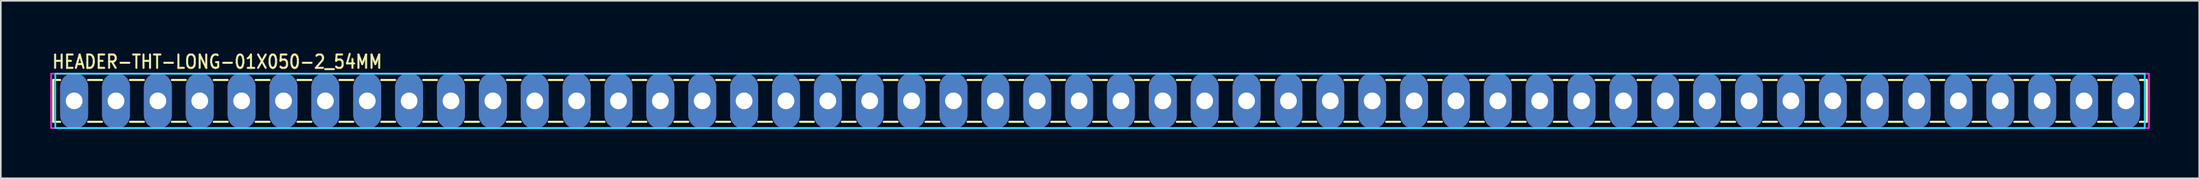
<source format=kicad_pcb>
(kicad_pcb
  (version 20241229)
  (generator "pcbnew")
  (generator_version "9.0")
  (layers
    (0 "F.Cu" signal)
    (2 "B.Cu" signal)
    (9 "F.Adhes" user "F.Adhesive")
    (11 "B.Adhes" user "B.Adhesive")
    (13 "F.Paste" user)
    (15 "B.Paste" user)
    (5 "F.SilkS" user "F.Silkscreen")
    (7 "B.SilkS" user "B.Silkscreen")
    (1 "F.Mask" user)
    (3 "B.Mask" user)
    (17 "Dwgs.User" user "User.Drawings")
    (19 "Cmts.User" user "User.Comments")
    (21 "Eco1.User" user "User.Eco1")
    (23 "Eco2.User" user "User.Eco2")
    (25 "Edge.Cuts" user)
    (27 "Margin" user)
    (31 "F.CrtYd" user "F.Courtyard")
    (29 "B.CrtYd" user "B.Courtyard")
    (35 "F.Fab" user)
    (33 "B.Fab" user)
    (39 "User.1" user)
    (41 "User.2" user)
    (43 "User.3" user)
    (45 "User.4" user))
  (footprint "HEADER-THT-LONG-01X050-2_54MM"
    (layer "F.Cu")
    (at 1.447 3.079)
    (property "Reference" "HEADER-THT-LONG-01X050-2_54MM" (at -1.4 -1.9 0) (unlocked yes) (layer "F.SilkS") (effects (font (size 0.813 0.695) (thickness 0.122)) (justify left bottom)))
    (fp_line (start -1.27 -1.27) (end -1.27 1.27) (stroke (width 0.127) (type solid)) (layer "F.SilkS"))
    (fp_line (start -1.27 1.27) (end -0.85 1.27) (stroke (width 0.127) (type solid)) (layer "F.SilkS"))
    (fp_line (start -0.85 -1.27) (end -1.27 -1.27) (stroke (width 0.127) (type solid)) (layer "F.SilkS"))
    (fp_line (start 0.85 -1.27) (end 1.69 -1.27) (stroke (width 0.127) (type solid)) (layer "F.SilkS"))
    (fp_line (start 0.85 1.27) (end 1.69 1.27) (stroke (width 0.127) (type solid)) (layer "F.SilkS"))
    (fp_line (start 3.39 -1.27) (end 4.23 -1.27) (stroke (width 0.127) (type solid)) (layer "F.SilkS"))
    (fp_line (start 3.39 1.27) (end 4.23 1.27) (stroke (width 0.127) (type solid)) (layer "F.SilkS"))
    (fp_line (start 5.93 -1.27) (end 6.77 -1.27) (stroke (width 0.127) (type solid)) (layer "F.SilkS"))
    (fp_line (start 5.93 1.27) (end 6.77 1.27) (stroke (width 0.127) (type solid)) (layer "F.SilkS"))
    (fp_line (start 8.47 -1.27) (end 9.31 -1.27) (stroke (width 0.127) (type solid)) (layer "F.SilkS"))
    (fp_line (start 8.47 1.27) (end 9.31 1.27) (stroke (width 0.127) (type solid)) (layer "F.SilkS"))
    (fp_line (start 11.01 -1.27) (end 11.85 -1.27) (stroke (width 0.127) (type solid)) (layer "F.SilkS"))
    (fp_line (start 11.01 1.27) (end 11.85 1.27) (stroke (width 0.127) (type solid)) (layer "F.SilkS"))
    (fp_line (start 13.55 -1.27) (end 14.39 -1.27) (stroke (width 0.127) (type solid)) (layer "F.SilkS"))
    (fp_line (start 13.55 1.27) (end 14.39 1.27) (stroke (width 0.127) (type solid)) (layer "F.SilkS"))
    (fp_line (start 16.09 -1.27) (end 16.93 -1.27) (stroke (width 0.127) (type solid)) (layer "F.SilkS"))
    (fp_line (start 16.09 1.27) (end 16.93 1.27) (stroke (width 0.127) (type solid)) (layer "F.SilkS"))
    (fp_line (start 18.63 -1.27) (end 19.47 -1.27) (stroke (width 0.127) (type solid)) (layer "F.SilkS"))
    (fp_line (start 18.63 1.27) (end 19.47 1.27) (stroke (width 0.127) (type solid)) (layer "F.SilkS"))
    (fp_line (start 21.17 -1.27) (end 22.01 -1.27) (stroke (width 0.127) (type solid)) (layer "F.SilkS"))
    (fp_line (start 21.17 1.27) (end 22.01 1.27) (stroke (width 0.127) (type solid)) (layer "F.SilkS"))
    (fp_line (start 23.71 -1.27) (end 24.55 -1.27) (stroke (width 0.127) (type solid)) (layer "F.SilkS"))
    (fp_line (start 23.71 1.27) (end 24.55 1.27) (stroke (width 0.127) (type solid)) (layer "F.SilkS"))
    (fp_line (start 26.25 -1.27) (end 27.09 -1.27) (stroke (width 0.127) (type solid)) (layer "F.SilkS"))
    (fp_line (start 26.25 1.27) (end 27.09 1.27) (stroke (width 0.127) (type solid)) (layer "F.SilkS"))
    (fp_line (start 28.79 -1.27) (end 29.63 -1.27) (stroke (width 0.127) (type solid)) (layer "F.SilkS"))
    (fp_line (start 28.79 1.27) (end 29.63 1.27) (stroke (width 0.127) (type solid)) (layer "F.SilkS"))
    (fp_line (start 31.33 -1.27) (end 32.17 -1.27) (stroke (width 0.127) (type solid)) (layer "F.SilkS"))
    (fp_line (start 31.33 1.27) (end 32.17 1.27) (stroke (width 0.127) (type solid)) (layer "F.SilkS"))
    (fp_line (start 33.87 -1.27) (end 34.71 -1.27) (stroke (width 0.127) (type solid)) (layer "F.SilkS"))
    (fp_line (start 33.87 1.27) (end 34.71 1.27) (stroke (width 0.127) (type solid)) (layer "F.SilkS"))
    (fp_line (start 36.41 -1.27) (end 37.25 -1.27) (stroke (width 0.127) (type solid)) (layer "F.SilkS"))
    (fp_line (start 36.41 1.27) (end 37.25 1.27) (stroke (width 0.127) (type solid)) (layer "F.SilkS"))
    (fp_line (start 38.95 -1.27) (end 39.79 -1.27) (stroke (width 0.127) (type solid)) (layer "F.SilkS"))
    (fp_line (start 38.95 1.27) (end 39.79 1.27) (stroke (width 0.127) (type solid)) (layer "F.SilkS"))
    (fp_line (start 41.49 -1.27) (end 42.33 -1.27) (stroke (width 0.127) (type solid)) (layer "F.SilkS"))
    (fp_line (start 41.49 1.27) (end 42.33 1.27) (stroke (width 0.127) (type solid)) (layer "F.SilkS"))
    (fp_line (start 44.03 -1.27) (end 44.87 -1.27) (stroke (width 0.127) (type solid)) (layer "F.SilkS"))
    (fp_line (start 44.03 1.27) (end 44.87 1.27) (stroke (width 0.127) (type solid)) (layer "F.SilkS"))
    (fp_line (start 46.57 -1.27) (end 47.41 -1.27) (stroke (width 0.127) (type solid)) (layer "F.SilkS"))
    (fp_line (start 46.57 1.27) (end 47.41 1.27) (stroke (width 0.127) (type solid)) (layer "F.SilkS"))
    (fp_line (start 49.11 -1.27) (end 49.95 -1.27) (stroke (width 0.127) (type solid)) (layer "F.SilkS"))
    (fp_line (start 49.11 1.27) (end 49.95 1.27) (stroke (width 0.127) (type solid)) (layer "F.SilkS"))
    (fp_line (start 51.65 -1.27) (end 52.49 -1.27) (stroke (width 0.127) (type solid)) (layer "F.SilkS"))
    (fp_line (start 51.65 1.27) (end 52.49 1.27) (stroke (width 0.127) (type solid)) (layer "F.SilkS"))
    (fp_line (start 54.19 -1.27) (end 55.03 -1.27) (stroke (width 0.127) (type solid)) (layer "F.SilkS"))
    (fp_line (start 54.19 1.27) (end 55.03 1.27) (stroke (width 0.127) (type solid)) (layer "F.SilkS"))
    (fp_line (start 56.73 -1.27) (end 57.57 -1.27) (stroke (width 0.127) (type solid)) (layer "F.SilkS"))
    (fp_line (start 56.73 1.27) (end 57.57 1.27) (stroke (width 0.127) (type solid)) (layer "F.SilkS"))
    (fp_line (start 59.27 -1.27) (end 60.11 -1.27) (stroke (width 0.127) (type solid)) (layer "F.SilkS"))
    (fp_line (start 59.27 1.27) (end 60.11 1.27) (stroke (width 0.127) (type solid)) (layer "F.SilkS"))
    (fp_line (start 61.81 -1.27) (end 62.65 -1.27) (stroke (width 0.127) (type solid)) (layer "F.SilkS"))
    (fp_line (start 61.81 1.27) (end 62.65 1.27) (stroke (width 0.127) (type solid)) (layer "F.SilkS"))
    (fp_line (start 64.35 -1.27) (end 65.19 -1.27) (stroke (width 0.127) (type solid)) (layer "F.SilkS"))
    (fp_line (start 64.35 1.27) (end 65.19 1.27) (stroke (width 0.127) (type solid)) (layer "F.SilkS"))
    (fp_line (start 66.89 -1.27) (end 67.73 -1.27) (stroke (width 0.127) (type solid)) (layer "F.SilkS"))
    (fp_line (start 66.89 1.27) (end 67.73 1.27) (stroke (width 0.127) (type solid)) (layer "F.SilkS"))
    (fp_line (start 69.43 -1.27) (end 70.27 -1.27) (stroke (width 0.127) (type solid)) (layer "F.SilkS"))
    (fp_line (start 69.43 1.27) (end 70.27 1.27) (stroke (width 0.127) (type solid)) (layer "F.SilkS"))
    (fp_line (start 71.97 -1.27) (end 72.81 -1.27) (stroke (width 0.127) (type solid)) (layer "F.SilkS"))
    (fp_line (start 71.97 1.27) (end 72.81 1.27) (stroke (width 0.127) (type solid)) (layer "F.SilkS"))
    (fp_line (start 74.51 -1.27) (end 75.35 -1.27) (stroke (width 0.127) (type solid)) (layer "F.SilkS"))
    (fp_line (start 74.51 1.27) (end 75.35 1.27) (stroke (width 0.127) (type solid)) (layer "F.SilkS"))
    (fp_line (start 77.05 -1.27) (end 77.89 -1.27) (stroke (width 0.127) (type solid)) (layer "F.SilkS"))
    (fp_line (start 77.05 1.27) (end 77.89 1.27) (stroke (width 0.127) (type solid)) (layer "F.SilkS"))
    (fp_line (start 79.59 -1.27) (end 80.43 -1.27) (stroke (width 0.127) (type solid)) (layer "F.SilkS"))
    (fp_line (start 79.59 1.27) (end 80.43 1.27) (stroke (width 0.127) (type solid)) (layer "F.SilkS"))
    (fp_line (start 82.13 -1.27) (end 82.97 -1.27) (stroke (width 0.127) (type solid)) (layer "F.SilkS"))
    (fp_line (start 82.13 1.27) (end 82.97 1.27) (stroke (width 0.127) (type solid)) (layer "F.SilkS"))
    (fp_line (start 84.67 -1.27) (end 85.51 -1.27) (stroke (width 0.127) (type solid)) (layer "F.SilkS"))
    (fp_line (start 84.67 1.27) (end 85.51 1.27) (stroke (width 0.127) (type solid)) (layer "F.SilkS"))
    (fp_line (start 87.21 -1.27) (end 88.05 -1.27) (stroke (width 0.127) (type solid)) (layer "F.SilkS"))
    (fp_line (start 87.21 1.27) (end 88.05 1.27) (stroke (width 0.127) (type solid)) (layer "F.SilkS"))
    (fp_line (start 89.75 -1.27) (end 90.59 -1.27) (stroke (width 0.127) (type solid)) (layer "F.SilkS"))
    (fp_line (start 89.75 1.27) (end 90.59 1.27) (stroke (width 0.127) (type solid)) (layer "F.SilkS"))
    (fp_line (start 92.29 -1.27) (end 93.13 -1.27) (stroke (width 0.127) (type solid)) (layer "F.SilkS"))
    (fp_line (start 92.29 1.27) (end 93.13 1.27) (stroke (width 0.127) (type solid)) (layer "F.SilkS"))
    (fp_line (start 94.83 -1.27) (end 95.67 -1.27) (stroke (width 0.127) (type solid)) (layer "F.SilkS"))
    (fp_line (start 94.83 1.27) (end 95.67 1.27) (stroke (width 0.127) (type solid)) (layer "F.SilkS"))
    (fp_line (start 97.37 -1.27) (end 98.21 -1.27) (stroke (width 0.127) (type solid)) (layer "F.SilkS"))
    (fp_line (start 97.37 1.27) (end 98.21 1.27) (stroke (width 0.127) (type solid)) (layer "F.SilkS"))
    (fp_line (start 99.91 -1.27) (end 100.75 -1.27) (stroke (width 0.127) (type solid)) (layer "F.SilkS"))
    (fp_line (start 99.91 1.27) (end 100.75 1.27) (stroke (width 0.127) (type solid)) (layer "F.SilkS"))
    (fp_line (start 102.45 -1.27) (end 103.29 -1.27) (stroke (width 0.127) (type solid)) (layer "F.SilkS"))
    (fp_line (start 102.45 1.27) (end 103.29 1.27) (stroke (width 0.127) (type solid)) (layer "F.SilkS"))
    (fp_line (start 104.99 -1.27) (end 105.83 -1.27) (stroke (width 0.127) (type solid)) (layer "F.SilkS"))
    (fp_line (start 104.99 1.27) (end 105.83 1.27) (stroke (width 0.127) (type solid)) (layer "F.SilkS"))
    (fp_line (start 107.53 -1.27) (end 108.37 -1.27) (stroke (width 0.127) (type solid)) (layer "F.SilkS"))
    (fp_line (start 107.53 1.27) (end 108.37 1.27) (stroke (width 0.127) (type solid)) (layer "F.SilkS"))
    (fp_line (start 110.07 -1.27) (end 110.91 -1.27) (stroke (width 0.127) (type solid)) (layer "F.SilkS"))
    (fp_line (start 110.07 1.27) (end 110.91 1.27) (stroke (width 0.127) (type solid)) (layer "F.SilkS"))
    (fp_line (start 112.61 -1.27) (end 113.45 -1.27) (stroke (width 0.127) (type solid)) (layer "F.SilkS"))
    (fp_line (start 112.61 1.27) (end 113.45 1.27) (stroke (width 0.127) (type solid)) (layer "F.SilkS"))
    (fp_line (start 115.15 -1.27) (end 115.99 -1.27) (stroke (width 0.127) (type solid)) (layer "F.SilkS"))
    (fp_line (start 115.15 1.27) (end 115.99 1.27) (stroke (width 0.127) (type solid)) (layer "F.SilkS"))
    (fp_line (start 117.69 -1.27) (end 118.53 -1.27) (stroke (width 0.127) (type solid)) (layer "F.SilkS"))
    (fp_line (start 117.69 1.27) (end 118.53 1.27) (stroke (width 0.127) (type solid)) (layer "F.SilkS"))
    (fp_line (start 120.23 -1.27) (end 121.07 -1.27) (stroke (width 0.127) (type solid)) (layer "F.SilkS"))
    (fp_line (start 120.23 1.27) (end 121.07 1.27) (stroke (width 0.127) (type solid)) (layer "F.SilkS"))
    (fp_line (start 122.77 -1.27) (end 123.61 -1.27) (stroke (width 0.127) (type solid)) (layer "F.SilkS"))
    (fp_line (start 122.77 1.27) (end 123.61 1.27) (stroke (width 0.127) (type solid)) (layer "F.SilkS"))
    (fp_line (start 125.31 -1.27) (end 125.73 -1.27) (stroke (width 0.127) (type solid)) (layer "F.SilkS"))
    (fp_line (start 125.73 -1.27) (end 125.73 1.27) (stroke (width 0.127) (type solid)) (layer "F.SilkS"))
    (fp_line (start 125.73 1.27) (end 125.31 1.27) (stroke (width 0.127) (type solid)) (layer "F.SilkS"))
    (fp_poly (pts (xy -1.143 -1.651) (xy 125.603 -1.651) (xy 125.603 1.651) (xy -1.143 1.651)) (stroke (width 0.1) (type solid)) (fill no) (layer "B.CrtYd"))
    (fp_poly (pts (xy -1.397 -1.651) (xy 125.857 -1.651) (xy 125.857 1.651) (xy -1.397 1.651)) (stroke (width 0.1) (type solid)) (fill no) (layer "F.CrtYd"))
    (pad "1" thru_hole oval (at 0 0 90) (size 3.387 1.693) (drill 1.016) (layers "*.Cu" "*.Mask"))
    (pad "2" thru_hole oval (at 2.54 0 90) (size 3.387 1.693) (drill 1.016) (layers "*.Cu" "*.Mask"))
    (pad "3" thru_hole oval (at 5.08 0 90) (size 3.387 1.693) (drill 1.016) (layers "*.Cu" "*.Mask"))
    (pad "4" thru_hole oval (at 7.62 0 90) (size 3.387 1.693) (drill 1.016) (layers "*.Cu" "*.Mask"))
    (pad "5" thru_hole oval (at 10.16 0 90) (size 3.387 1.693) (drill 1.016) (layers "*.Cu" "*.Mask"))
    (pad "6" thru_hole oval (at 12.7 0 90) (size 3.387 1.693) (drill 1.016) (layers "*.Cu" "*.Mask"))
    (pad "7" thru_hole oval (at 15.24 0 90) (size 3.387 1.693) (drill 1.016) (layers "*.Cu" "*.Mask"))
    (pad "8" thru_hole oval (at 17.78 0 90) (size 3.387 1.693) (drill 1.016) (layers "*.Cu" "*.Mask"))
    (pad "9" thru_hole oval (at 20.32 0 90) (size 3.387 1.693) (drill 1.016) (layers "*.Cu" "*.Mask"))
    (pad "10" thru_hole oval (at 22.86 0 90) (size 3.387 1.693) (drill 1.016) (layers "*.Cu" "*.Mask"))
    (pad "11" thru_hole oval (at 25.4 0 90) (size 3.387 1.693) (drill 1.016) (layers "*.Cu" "*.Mask"))
    (pad "12" thru_hole oval (at 27.94 0 90) (size 3.387 1.693) (drill 1.016) (layers "*.Cu" "*.Mask"))
    (pad "13" thru_hole oval (at 30.48 0 90) (size 3.387 1.693) (drill 1.016) (layers "*.Cu" "*.Mask"))
    (pad "14" thru_hole oval (at 33.02 0 90) (size 3.387 1.693) (drill 1.016) (layers "*.Cu" "*.Mask"))
    (pad "15" thru_hole oval (at 35.56 0 90) (size 3.387 1.693) (drill 1.016) (layers "*.Cu" "*.Mask"))
    (pad "16" thru_hole oval (at 38.1 0 90) (size 3.387 1.693) (drill 1.016) (layers "*.Cu" "*.Mask"))
    (pad "17" thru_hole oval (at 40.64 0 90) (size 3.387 1.693) (drill 1.016) (layers "*.Cu" "*.Mask"))
    (pad "18" thru_hole oval (at 43.18 0 90) (size 3.387 1.693) (drill 1.016) (layers "*.Cu" "*.Mask"))
    (pad "19" thru_hole oval (at 45.72 0 90) (size 3.387 1.693) (drill 1.016) (layers "*.Cu" "*.Mask"))
    (pad "20" thru_hole oval (at 48.26 0 90) (size 3.387 1.693) (drill 1.016) (layers "*.Cu" "*.Mask"))
    (pad "21" thru_hole oval (at 50.8 0 90) (size 3.387 1.693) (drill 1.016) (layers "*.Cu" "*.Mask"))
    (pad "22" thru_hole oval (at 53.34 0 90) (size 3.387 1.693) (drill 1.016) (layers "*.Cu" "*.Mask"))
    (pad "23" thru_hole oval (at 55.88 0 90) (size 3.387 1.693) (drill 1.016) (layers "*.Cu" "*.Mask"))
    (pad "24" thru_hole oval (at 58.42 0 90) (size 3.387 1.693) (drill 1.016) (layers "*.Cu" "*.Mask"))
    (pad "25" thru_hole oval (at 60.96 0 90) (size 3.387 1.693) (drill 1.016) (layers "*.Cu" "*.Mask"))
    (pad "26" thru_hole oval (at 63.5 0 90) (size 3.387 1.693) (drill 1.016) (layers "*.Cu" "*.Mask"))
    (pad "27" thru_hole oval (at 66.04 0 90) (size 3.387 1.693) (drill 1.016) (layers "*.Cu" "*.Mask"))
    (pad "28" thru_hole oval (at 68.58 0 90) (size 3.387 1.693) (drill 1.016) (layers "*.Cu" "*.Mask"))
    (pad "29" thru_hole oval (at 71.12 0 90) (size 3.387 1.693) (drill 1.016) (layers "*.Cu" "*.Mask"))
    (pad "30" thru_hole oval (at 73.66 0 90) (size 3.387 1.693) (drill 1.016) (layers "*.Cu" "*.Mask"))
    (pad "31" thru_hole oval (at 76.2 0 90) (size 3.387 1.693) (drill 1.016) (layers "*.Cu" "*.Mask"))
    (pad "32" thru_hole oval (at 78.74 0 90) (size 3.387 1.693) (drill 1.016) (layers "*.Cu" "*.Mask"))
    (pad "33" thru_hole oval (at 81.28 0 90) (size 3.387 1.693) (drill 1.016) (layers "*.Cu" "*.Mask"))
    (pad "34" thru_hole oval (at 83.82 0 90) (size 3.387 1.693) (drill 1.016) (layers "*.Cu" "*.Mask"))
    (pad "35" thru_hole oval (at 86.36 0 90) (size 3.387 1.693) (drill 1.016) (layers "*.Cu" "*.Mask"))
    (pad "36" thru_hole oval (at 88.9 0 90) (size 3.387 1.693) (drill 1.016) (layers "*.Cu" "*.Mask"))
    (pad "37" thru_hole oval (at 91.44 0 90) (size 3.387 1.693) (drill 1.016) (layers "*.Cu" "*.Mask"))
    (pad "38" thru_hole oval (at 93.98 0 90) (size 3.387 1.693) (drill 1.016) (layers "*.Cu" "*.Mask"))
    (pad "39" thru_hole oval (at 96.52 0 90) (size 3.387 1.693) (drill 1.016) (layers "*.Cu" "*.Mask"))
    (pad "40" thru_hole oval (at 99.06 0 90) (size 3.387 1.693) (drill 1.016) (layers "*.Cu" "*.Mask"))
    (pad "41" thru_hole oval (at 101.6 0 90) (size 3.387 1.693) (drill 1.016) (layers "*.Cu" "*.Mask"))
    (pad "42" thru_hole oval (at 104.14 0 90) (size 3.387 1.693) (drill 1.016) (layers "*.Cu" "*.Mask"))
    (pad "43" thru_hole oval (at 106.68 0 90) (size 3.387 1.693) (drill 1.016) (layers "*.Cu" "*.Mask"))
    (pad "44" thru_hole oval (at 109.22 0 90) (size 3.387 1.693) (drill 1.016) (layers "*.Cu" "*.Mask"))
    (pad "45" thru_hole oval (at 111.76 0 90) (size 3.387 1.693) (drill 1.016) (layers "*.Cu" "*.Mask"))
    (pad "46" thru_hole oval (at 114.3 0 90) (size 3.387 1.693) (drill 1.016) (layers "*.Cu" "*.Mask"))
    (pad "47" thru_hole oval (at 116.84 0 90) (size 3.387 1.693) (drill 1.016) (layers "*.Cu" "*.Mask"))
    (pad "48" thru_hole oval (at 119.38 0 90) (size 3.387 1.693) (drill 1.016) (layers "*.Cu" "*.Mask"))
    (pad "49" thru_hole oval (at 121.92 0 90) (size 3.387 1.693) (drill 1.016) (layers "*.Cu" "*.Mask"))
    (pad "50" thru_hole oval (at 124.46 0 90) (size 3.387 1.693) (drill 1.016) (layers "*.Cu" "*.Mask")))
  (gr_rect
    (start -3 -3)
    (end 130.354 7.78)
    (stroke (width 0.1) (type default))
    (fill no)
    (layer "Edge.Cuts")))
</source>
